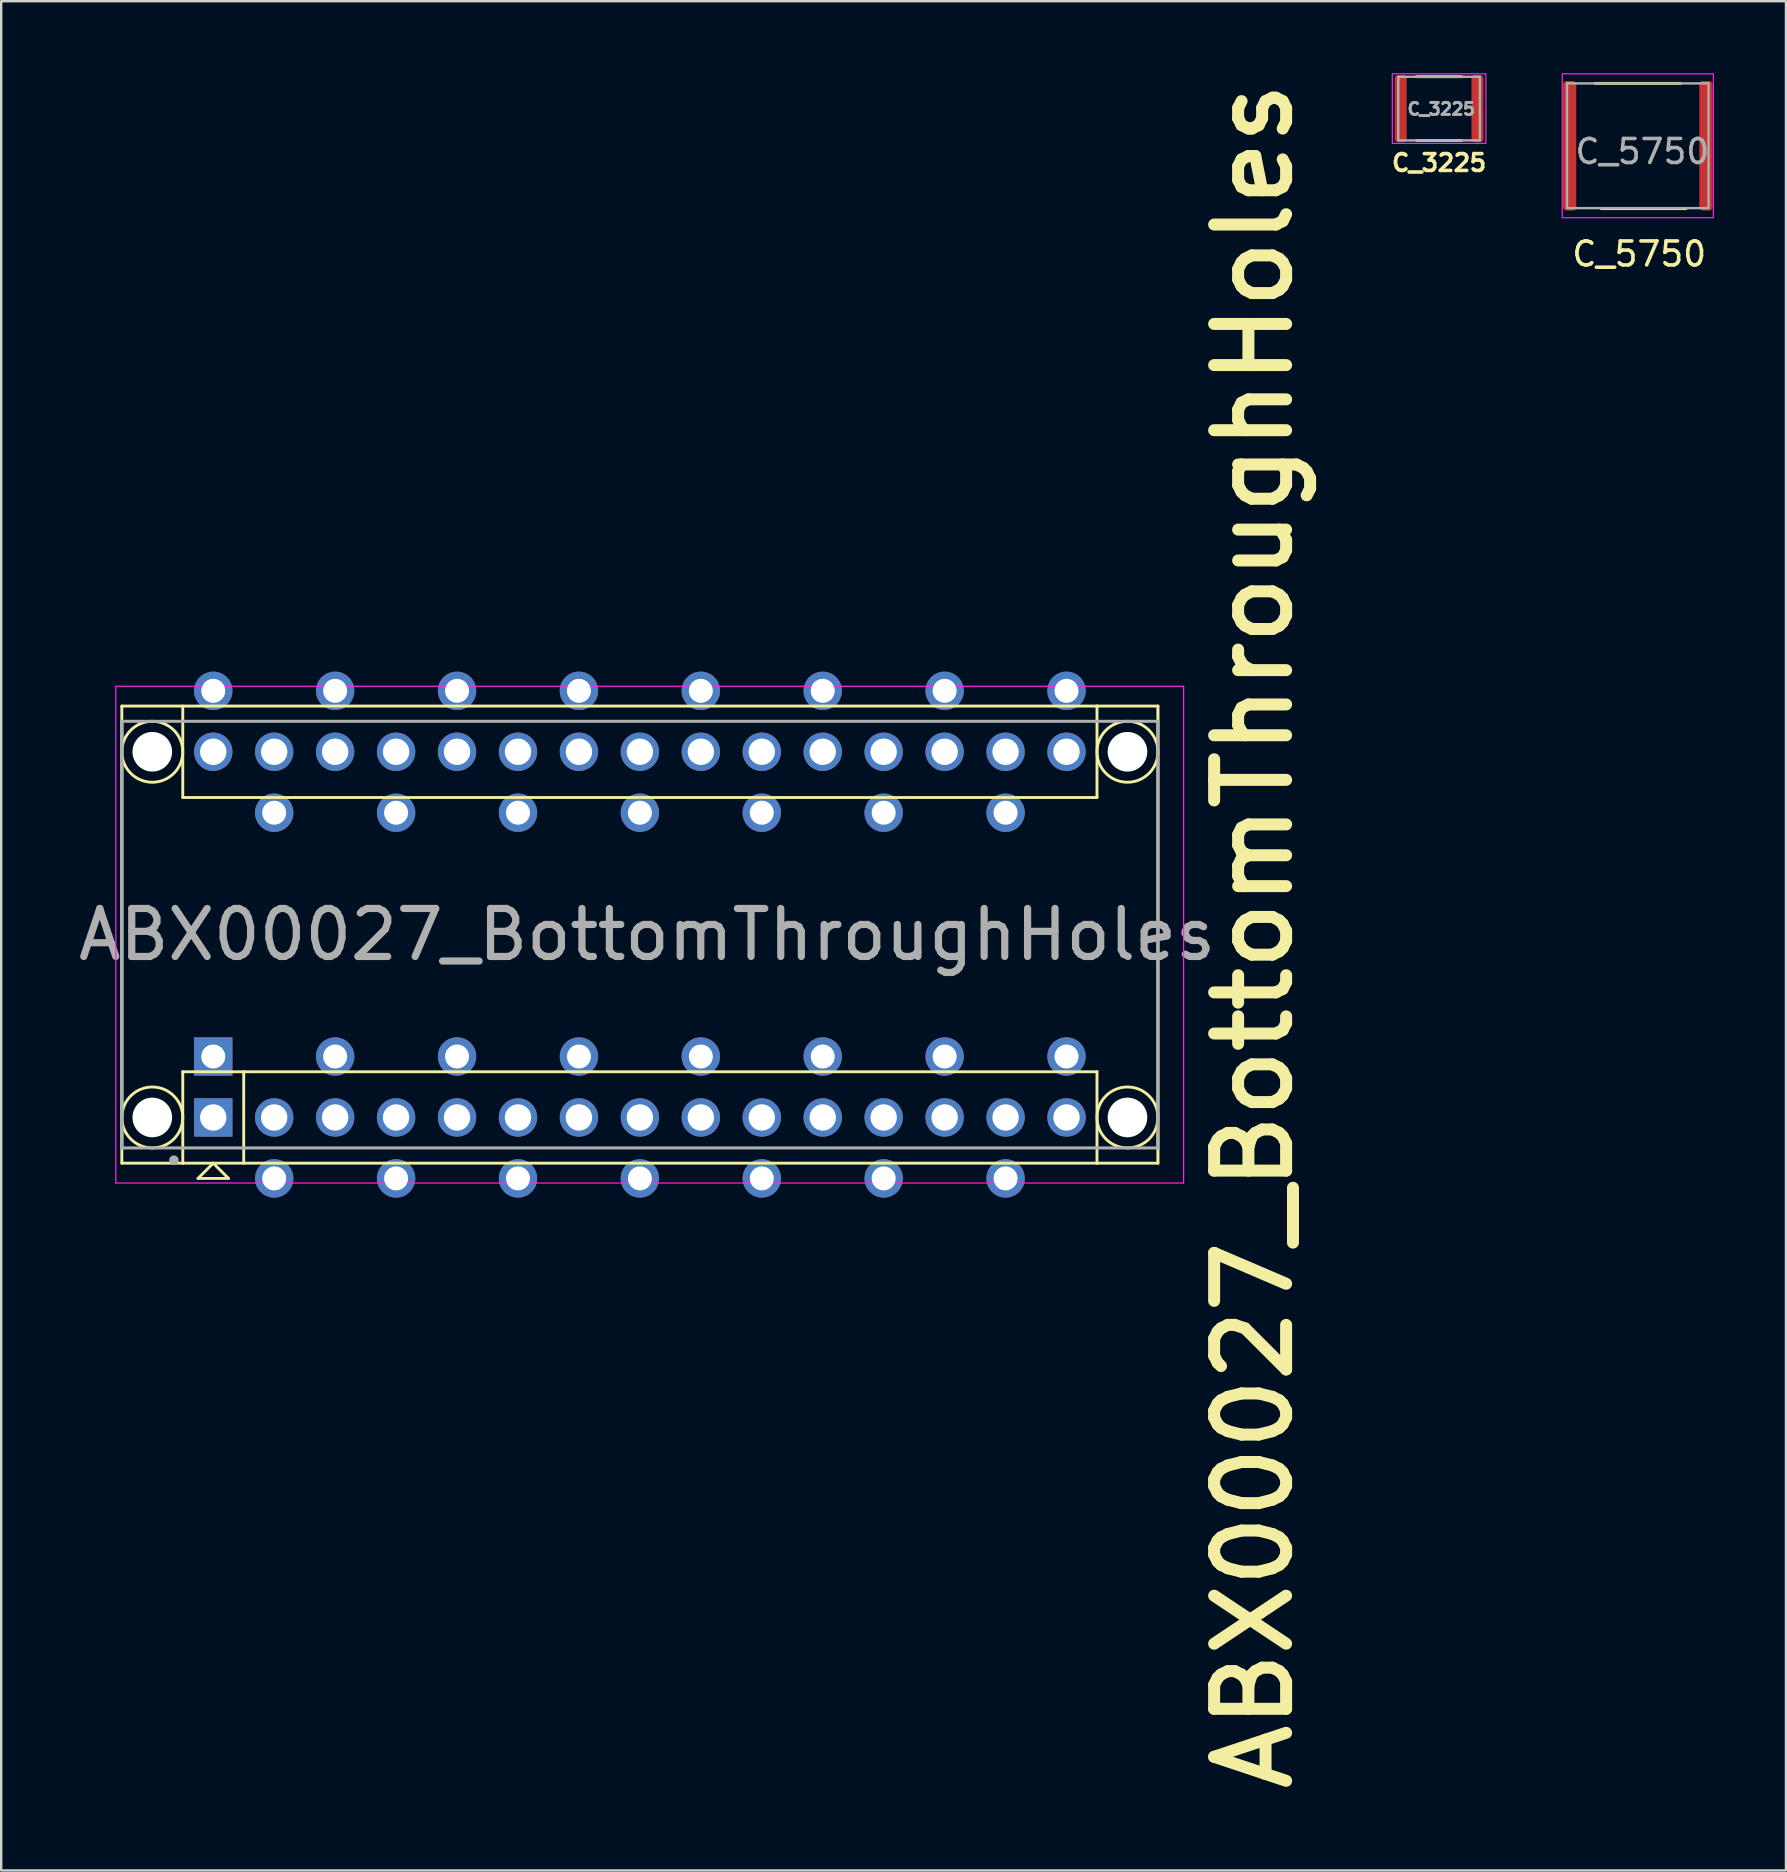
<source format=kicad_pcb>
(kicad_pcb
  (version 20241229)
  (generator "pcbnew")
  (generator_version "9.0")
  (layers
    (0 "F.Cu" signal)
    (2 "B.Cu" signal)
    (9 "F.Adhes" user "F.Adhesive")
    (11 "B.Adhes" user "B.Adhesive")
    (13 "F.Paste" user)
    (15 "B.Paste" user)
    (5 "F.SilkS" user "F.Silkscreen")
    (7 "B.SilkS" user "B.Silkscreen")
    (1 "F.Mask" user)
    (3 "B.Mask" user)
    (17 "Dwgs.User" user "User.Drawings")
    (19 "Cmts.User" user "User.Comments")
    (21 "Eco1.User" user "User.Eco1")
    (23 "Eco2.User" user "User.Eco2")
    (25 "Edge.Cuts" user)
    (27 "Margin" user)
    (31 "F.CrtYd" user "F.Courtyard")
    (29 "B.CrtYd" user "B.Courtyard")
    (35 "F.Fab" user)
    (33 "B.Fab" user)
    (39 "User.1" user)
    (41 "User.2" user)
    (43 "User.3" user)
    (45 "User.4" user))
  (footprint "C_3225"
    (layer "F.Cu")
    (at 56.924 1.475)
    (property "Reference" "C_3225" (at 0 2.26 0) (unlocked yes) (layer "F.SilkS") (effects (font (size 0.7 0.7) (thickness 0.15))))
    (attr smd)
    (fp_line (start 0.935 -1.33) (end -0.935 -1.33) (stroke (width 0.12) (type solid)) (layer "F.SilkS"))
    (fp_line (start 0.935 1.33) (end -0.935 1.33) (stroke (width 0.12) (type solid)) (layer "F.SilkS"))
    (fp_rect (start -1.95 -1.45) (end 1.95 1.45) (stroke (width 0.05) (type solid)) (fill no) (layer "F.CrtYd"))
    (fp_rect (start -1.7 -1.325) (end 1.7 1.325) (stroke (width 0.1) (type solid)) (fill no) (layer "F.Fab"))
    (fp_text user "${REFERENCE}" (at 0.09 0.02 0) (unlocked yes) (layer "F.Fab") (effects (font (size 0.5 0.5) (thickness 0.125))))
    (pad "1" smd roundrect (at 1.6 0) (size 0.5 2.8) (layers "F.Cu" "F.Mask" "F.Paste") (roundrect_rratio 0.25))
    (pad "2" smd roundrect (at -1.6 0) (size 0.5 2.8) (layers "F.Cu" "F.Mask" "F.Paste") (roundrect_rratio 0.25)))
  (footprint "C_5750"
    (layer "F.Cu")
    (at 65.204 3.025)
    (property "Reference" "C_5750" (at 0.06 4.51 0) (unlocked yes) (layer "F.SilkS") (effects (font (size 1 1) (thickness 0.15))))
    (attr smd)
    (fp_line (start 1.78 -2.6) (end -1.78 -2.6) (stroke (width 0.12) (type solid)) (layer "F.SilkS"))
    (fp_line (start 2.01 2.62) (end -1.52 2.62) (stroke (width 0.12) (type solid)) (layer "F.SilkS"))
    (fp_rect (start -3.15 -3) (end 3.15 3) (stroke (width 0.05) (type solid)) (fill no) (layer "F.CrtYd"))
    (fp_rect (start -2.95 -2.6) (end 2.95 2.6) (stroke (width 0.1) (type solid)) (fill no) (layer "F.Fab"))
    (fp_text user "${REFERENCE}" (at 0.19 0.24 0) (unlocked yes) (layer "F.Fab") (effects (font (size 1 1) (thickness 0.15))))
    (pad "1" smd roundrect (at 2.84 0 90) (size 5.4 0.55) (layers "F.Cu" "F.Mask" "F.Paste") (roundrect_rratio 0.25))
    (pad "2" smd roundrect (at -2.84 0 90) (size 5.4 0.55) (layers "F.Cu" "F.Mask" "F.Paste") (roundrect_rratio 0.25)))
  (footprint "ABX00027_BottomThroughHoles"
    (layer "F.Cu")
    (at 23.617 35.9)
    (property "Reference" "ABX00027_BottomThroughHoles" (at 25.57 0.05 90) (unlocked yes) (layer "F.SilkS") (effects (font (size 3 3) (thickness 0.5))))
    (attr through_hole)
    (fp_line (start -21.59 -9.525) (end 19.05 -9.525) (stroke (width 0.12) (type solid)) (layer "F.SilkS"))
    (fp_line (start -21.59 9.525) (end -21.59 -9.525) (stroke (width 0.12) (type solid)) (layer "F.SilkS"))
    (fp_line (start -19.05 -5.715) (end -19.05 -9.525) (stroke (width 0.12) (type solid)) (layer "F.SilkS"))
    (fp_line (start -19.05 5.715) (end 19.05 5.715) (stroke (width 0.12) (type solid)) (layer "F.SilkS"))
    (fp_line (start -19.05 9.525) (end -21.59 9.525) (stroke (width 0.12) (type solid)) (layer "F.SilkS"))
    (fp_line (start -19.05 9.525) (end -19.05 5.715) (stroke (width 0.12) (type solid)) (layer "F.SilkS"))
    (fp_line (start -18.415 10.16) (end -17.145 10.16) (stroke (width 0.12) (type solid)) (layer "F.SilkS"))
    (fp_line (start -17.78 9.525) (end -18.415 10.16) (stroke (width 0.12) (type solid)) (layer "F.SilkS"))
    (fp_line (start -17.145 10.16) (end -17.78 9.525) (stroke (width 0.12) (type solid)) (layer "F.SilkS"))
    (fp_line (start -16.51 5.715) (end -16.51 9.525) (stroke (width 0.12) (type solid)) (layer "F.SilkS"))
    (fp_line (start 19.05 -9.525) (end 19.05 -5.715) (stroke (width 0.12) (type solid)) (layer "F.SilkS"))
    (fp_line (start 19.05 -9.525) (end 21.59 -9.525) (stroke (width 0.12) (type solid)) (layer "F.SilkS"))
    (fp_line (start 19.05 -5.715) (end -19.05 -5.715) (stroke (width 0.12) (type solid)) (layer "F.SilkS"))
    (fp_line (start 19.05 5.715) (end 19.05 9.525) (stroke (width 0.12) (type solid)) (layer "F.SilkS"))
    (fp_line (start 19.05 9.525) (end -19.05 9.525) (stroke (width 0.12) (type solid)) (layer "F.SilkS"))
    (fp_line (start 19.05 9.525) (end 21.59 9.525) (stroke (width 0.12) (type solid)) (layer "F.SilkS"))
    (fp_line (start 21.59 9.525) (end 21.59 -9.525) (stroke (width 0.127) (type solid)) (layer "F.SilkS"))
    (fp_circle (center -20.32 -7.62) (end -19.05 -7.62) (stroke (width 0.12) (type solid)) (fill no) (layer "F.SilkS"))
    (fp_circle (center -20.32 7.62) (end -19.05 7.62) (stroke (width 0.12) (type solid)) (fill no) (layer "F.SilkS"))
    (fp_circle (center 20.32 -7.62) (end 21.59 -7.62) (stroke (width 0.12) (type solid)) (fill no) (layer "F.SilkS"))
    (fp_circle (center 20.32 7.62) (end 21.59 7.62) (stroke (width 0.12) (type solid)) (fill no) (layer "F.SilkS"))
    (fp_line (start -21.84 -10.35) (end -21.84 10.35) (stroke (width 0.05) (type solid)) (layer "F.CrtYd"))
    (fp_line (start -21.84 10.35) (end 22.66 10.35) (stroke (width 0.05) (type solid)) (layer "F.CrtYd"))
    (fp_line (start 22.66 -10.35) (end -21.84 -10.35) (stroke (width 0.05) (type solid)) (layer "F.CrtYd"))
    (fp_line (start 22.66 10.35) (end 22.66 -10.35) (stroke (width 0.05) (type solid)) (layer "F.CrtYd"))
    (fp_line (start -21.59 -8.89) (end -21.59 8.89) (stroke (width 0.127) (type solid)) (layer "F.Fab"))
    (fp_line (start -21.59 -8.89) (end -21.59 8.89) (stroke (width 0.127) (type solid)) (layer "F.Fab"))
    (fp_line (start -21.59 8.89) (end 21.59 8.89) (stroke (width 0.127) (type solid)) (layer "F.Fab"))
    (fp_line (start 21.59 -8.89) (end -21.59 -8.89) (stroke (width 0.127) (type solid)) (layer "F.Fab"))
    (fp_line (start 21.59 8.89) (end 21.59 -8.89) (stroke (width 0.127) (type solid)) (layer "F.Fab"))
    (fp_circle (center -19.42 9.4) (end -19.32 9.4) (stroke (width 0.2) (type solid)) (fill no) (layer "F.Fab"))
    (fp_text user "${REFERENCE}" (at 0.3 0 0) (unlocked yes) (layer "F.Fab") (effects (font (size 2 2) (thickness 0.3))))
    (pad "" np_thru_hole circle (at -20.32 -7.62) (size 1.651 1.651) (drill 1.651) (layers "*.Cu" "*.Mask"))
    (pad "" np_thru_hole circle (at -20.32 7.62) (size 1.651 1.651) (drill 1.651) (layers "*.Cu" "*.Mask"))
    (pad "" thru_hole circle (at -17.78 -7.62) (size 1.6 1.6) (drill 1.1) (layers "*.Cu" "*.Mask"))
    (pad "" thru_hole rect (at -17.78 7.62) (size 1.6 1.6) (drill 1.1) (layers "*.Cu" "*.Mask"))
    (pad "" thru_hole circle (at -15.24 -7.62) (size 1.6 1.6) (drill 1.1) (layers "*.Cu" "*.Mask"))
    (pad "" thru_hole circle (at -15.24 7.62) (size 1.6 1.6) (drill 1.1) (layers "*.Cu" "*.Mask"))
    (pad "" thru_hole circle (at -12.7 -7.62) (size 1.6 1.6) (drill 1.1) (layers "*.Cu" "*.Mask"))
    (pad "" thru_hole circle (at -12.7 7.62) (size 1.6 1.6) (drill 1.1) (layers "*.Cu" "*.Mask"))
    (pad "" thru_hole circle (at -10.16 -7.62) (size 1.6 1.6) (drill 1.1) (layers "*.Cu" "*.Mask"))
    (pad "" thru_hole circle (at -10.16 7.62) (size 1.6 1.6) (drill 1.1) (layers "*.Cu" "*.Mask"))
    (pad "" thru_hole circle (at -7.62 -7.62) (size 1.6 1.6) (drill 1.1) (layers "*.Cu" "*.Mask"))
    (pad "" thru_hole circle (at -7.62 7.62) (size 1.6 1.6) (drill 1.1) (layers "*.Cu" "*.Mask"))
    (pad "" thru_hole circle (at -5.08 -7.62) (size 1.6 1.6) (drill 1.1) (layers "*.Cu" "*.Mask"))
    (pad "" thru_hole circle (at -5.08 7.62) (size 1.6 1.6) (drill 1.1) (layers "*.Cu" "*.Mask"))
    (pad "" thru_hole circle (at -2.54 -7.62) (size 1.6 1.6) (drill 1.1) (layers "*.Cu" "*.Mask"))
    (pad "" thru_hole circle (at -2.54 7.62) (size 1.6 1.6) (drill 1.1) (layers "*.Cu" "*.Mask"))
    (pad "" thru_hole circle (at 0 -7.62) (size 1.6 1.6) (drill 1.1) (layers "*.Cu" "*.Mask"))
    (pad "" thru_hole circle (at 0 7.62) (size 1.6 1.6) (drill 1.1) (layers "*.Cu" "*.Mask"))
    (pad "" thru_hole circle (at 2.54 -7.62) (size 1.6 1.6) (drill 1.1) (layers "*.Cu" "*.Mask"))
    (pad "" thru_hole circle (at 2.54 7.62) (size 1.6 1.6) (drill 1.1) (layers "*.Cu" "*.Mask"))
    (pad "" thru_hole circle (at 5.08 -7.62) (size 1.6 1.6) (drill 1.1) (layers "*.Cu" "*.Mask"))
    (pad "" thru_hole circle (at 5.08 7.62) (size 1.6 1.6) (drill 1.1) (layers "*.Cu" "*.Mask"))
    (pad "" thru_hole circle (at 7.62 -7.62) (size 1.6 1.6) (drill 1.1) (layers "*.Cu" "*.Mask"))
    (pad "" thru_hole circle (at 7.62 7.62) (size 1.6 1.6) (drill 1.1) (layers "*.Cu" "*.Mask"))
    (pad "" thru_hole circle (at 10.16 -7.62) (size 1.6 1.6) (drill 1.1) (layers "*.Cu" "*.Mask"))
    (pad "" thru_hole circle (at 10.16 7.62) (size 1.6 1.6) (drill 1.1) (layers "*.Cu" "*.Mask"))
    (pad "" thru_hole circle (at 12.7 -7.62) (size 1.6 1.6) (drill 1.1) (layers "*.Cu" "*.Mask"))
    (pad "" thru_hole circle (at 12.7 7.62) (size 1.6 1.6) (drill 1.1) (layers "*.Cu" "*.Mask"))
    (pad "" thru_hole circle (at 15.24 -7.62) (size 1.6 1.6) (drill 1.1) (layers "*.Cu" "*.Mask"))
    (pad "" thru_hole circle (at 15.24 7.62) (size 1.6 1.6) (drill 1.1) (layers "*.Cu" "*.Mask"))
    (pad "" thru_hole circle (at 17.78 -7.62) (size 1.6 1.6) (drill 1.1) (layers "*.Cu" "*.Mask"))
    (pad "" thru_hole circle (at 17.78 7.62) (size 1.6 1.6) (drill 1.1) (layers "*.Cu" "*.Mask"))
    (pad "" np_thru_hole circle (at 20.32 -7.62) (size 1.651 1.651) (drill 1.651) (layers "*.Cu" "*.Mask"))
    (pad "" np_thru_hole circle (at 20.32 7.62) (size 1.651 1.651) (drill 1.651) (layers "*.Cu" "*.Mask"))
    (pad "1" thru_hole rect (at -17.78 5.08) (size 1.6 1.6) (drill 1) (layers "*.Cu" "*.Mask"))
    (pad "2" thru_hole circle (at -15.24 10.16) (size 1.6 1.6) (drill 1) (layers "*.Cu" "*.Mask"))
    (pad "3" thru_hole circle (at -12.7 5.08) (size 1.6 1.6) (drill 1) (layers "*.Cu" "*.Mask"))
    (pad "4" thru_hole circle (at -10.16 10.16) (size 1.6 1.6) (drill 1) (layers "*.Cu" "*.Mask"))
    (pad "5" thru_hole circle (at -7.62 5.08) (size 1.6 1.6) (drill 1) (layers "*.Cu" "*.Mask"))
    (pad "6" thru_hole circle (at -5.08 10.16) (size 1.6 1.6) (drill 1) (layers "*.Cu" "*.Mask"))
    (pad "7" thru_hole circle (at -2.54 5.08) (size 1.6 1.6) (drill 1) (layers "*.Cu" "*.Mask"))
    (pad "8" thru_hole circle (at 0 10.16) (size 1.6 1.6) (drill 1) (layers "*.Cu" "*.Mask"))
    (pad "9" thru_hole circle (at 2.54 5.08) (size 1.6 1.6) (drill 1) (layers "*.Cu" "*.Mask"))
    (pad "10" thru_hole circle (at 5.08 10.16) (size 1.6 1.6) (drill 1) (layers "*.Cu" "*.Mask"))
    (pad "11" thru_hole circle (at 7.62 5.08) (size 1.6 1.6) (drill 1) (layers "*.Cu" "*.Mask"))
    (pad "12" thru_hole circle (at 10.16 10.16) (size 1.6 1.6) (drill 1) (layers "*.Cu" "*.Mask"))
    (pad "13" thru_hole circle (at 12.7 5.08) (size 1.6 1.6) (drill 1) (layers "*.Cu" "*.Mask"))
    (pad "14" thru_hole circle (at 15.24 10.16) (size 1.6 1.6) (drill 1) (layers "*.Cu" "*.Mask"))
    (pad "15" thru_hole circle (at 17.78 5.08) (size 1.6 1.6) (drill 1) (layers "*.Cu" "*.Mask"))
    (pad "16" thru_hole circle (at 17.78 -10.16) (size 1.6 1.6) (drill 1) (layers "*.Cu" "*.Mask"))
    (pad "17" thru_hole circle (at 15.24 -5.08) (size 1.6 1.6) (drill 1) (layers "*.Cu" "*.Mask"))
    (pad "18" thru_hole circle (at 12.7 -10.16) (size 1.6 1.6) (drill 1) (layers "*.Cu" "*.Mask"))
    (pad "19" thru_hole circle (at 10.16 -5.08) (size 1.6 1.6) (drill 1) (layers "*.Cu" "*.Mask"))
    (pad "20" thru_hole circle (at 7.62 -10.16) (size 1.6 1.6) (drill 1) (layers "*.Cu" "*.Mask"))
    (pad "21" thru_hole circle (at 5.08 -5.08) (size 1.6 1.6) (drill 1) (layers "*.Cu" "*.Mask"))
    (pad "22" thru_hole circle (at 2.54 -10.16) (size 1.6 1.6) (drill 1) (layers "*.Cu" "*.Mask"))
    (pad "23" thru_hole circle (at 0 -5.08) (size 1.6 1.6) (drill 1) (layers "*.Cu" "*.Mask"))
    (pad "24" thru_hole circle (at -2.54 -10.16) (size 1.6 1.6) (drill 1) (layers "*.Cu" "*.Mask"))
    (pad "25" thru_hole circle (at -5.08 -5.08) (size 1.6 1.6) (drill 1) (layers "*.Cu" "*.Mask"))
    (pad "26" thru_hole circle (at -7.62 -10.16) (size 1.6 1.6) (drill 1) (layers "*.Cu" "*.Mask"))
    (pad "27" thru_hole circle (at -10.16 -5.08) (size 1.6 1.6) (drill 1) (layers "*.Cu" "*.Mask"))
    (pad "28" thru_hole circle (at -12.7 -10.16) (size 1.6 1.6) (drill 1) (layers "*.Cu" "*.Mask"))
    (pad "29" thru_hole circle (at -15.24 -5.08) (size 1.6 1.6) (drill 1) (layers "*.Cu" "*.Mask"))
    (pad "30" thru_hole circle (at -17.78 -10.16) (size 1.6 1.6) (drill 1) (layers "*.Cu" "*.Mask")))
  (gr_rect
    (start -3 -3)
    (end 71.379 74.9)
    (stroke (width 0.1) (type default))
    (fill no)
    (layer "Edge.Cuts")))
</source>
